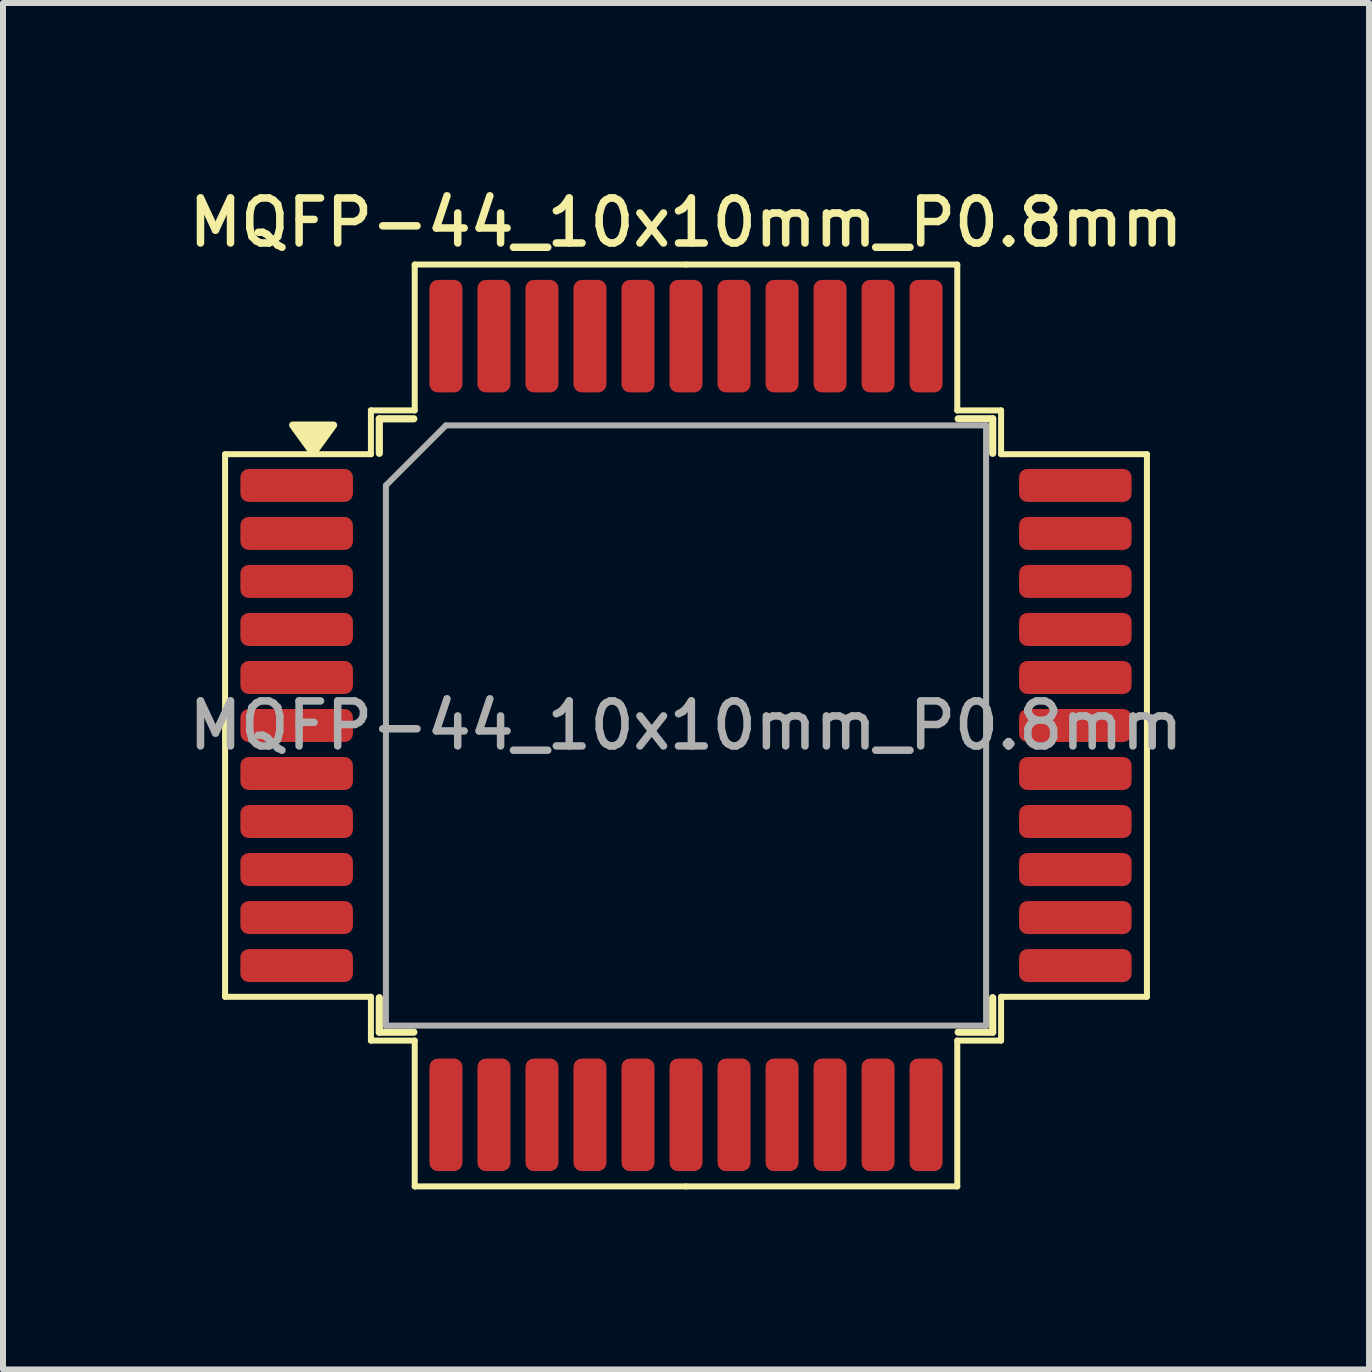
<source format=kicad_pcb>
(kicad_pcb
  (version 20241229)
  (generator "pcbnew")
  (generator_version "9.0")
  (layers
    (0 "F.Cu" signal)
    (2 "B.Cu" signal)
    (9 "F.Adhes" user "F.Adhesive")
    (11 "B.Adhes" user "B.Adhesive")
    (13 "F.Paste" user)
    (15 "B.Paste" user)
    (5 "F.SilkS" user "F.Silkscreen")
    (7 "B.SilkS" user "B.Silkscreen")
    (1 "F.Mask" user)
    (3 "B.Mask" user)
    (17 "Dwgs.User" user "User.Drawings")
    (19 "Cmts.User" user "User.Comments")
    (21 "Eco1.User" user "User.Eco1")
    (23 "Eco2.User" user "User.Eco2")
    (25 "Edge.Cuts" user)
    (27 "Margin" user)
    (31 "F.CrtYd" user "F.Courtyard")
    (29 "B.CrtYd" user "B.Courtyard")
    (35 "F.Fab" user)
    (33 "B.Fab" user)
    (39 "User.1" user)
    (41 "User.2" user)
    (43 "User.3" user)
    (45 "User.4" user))
  (footprint "MQFP-44_10x10mm_P0.8mm"
    (layer "F.Cu")
    (at 8.38 9.038)
    (property "Reference" "MQFP-44_10x10mm_P0.8mm" (at 0 -8.38 0) (layer "F.SilkS") (effects (font (size 0.75 0.75) (thickness 0.125))))
    (attr smd)
    (fp_line (start -7.68 -4.52) (end -7.68 0) (stroke (width 0.1) (type solid)) (layer "F.SilkS"))
    (fp_line (start -7.68 4.52) (end -7.68 0) (stroke (width 0.1) (type solid)) (layer "F.SilkS"))
    (fp_line (start -5.25 -5.25) (end -5.25 -4.52) (stroke (width 0.1) (type solid)) (layer "F.SilkS"))
    (fp_line (start -5.25 -4.52) (end -7.68 -4.52) (stroke (width 0.1) (type solid)) (layer "F.SilkS"))
    (fp_line (start -5.25 4.52) (end -7.68 4.52) (stroke (width 0.1) (type solid)) (layer "F.SilkS"))
    (fp_line (start -5.25 5.25) (end -5.25 4.52) (stroke (width 0.1) (type solid)) (layer "F.SilkS"))
    (fp_line (start -5.11 -5.11) (end -5.11 -4.535) (stroke (width 0.12) (type solid)) (layer "F.SilkS"))
    (fp_line (start -5.11 5.11) (end -5.11 4.535) (stroke (width 0.12) (type solid)) (layer "F.SilkS"))
    (fp_line (start -4.535 -5.11) (end -5.11 -5.11) (stroke (width 0.12) (type solid)) (layer "F.SilkS"))
    (fp_line (start -4.535 5.11) (end -5.11 5.11) (stroke (width 0.12) (type solid)) (layer "F.SilkS"))
    (fp_line (start -4.52 -7.68) (end -4.52 -5.25) (stroke (width 0.1) (type solid)) (layer "F.SilkS"))
    (fp_line (start -4.52 -5.25) (end -5.25 -5.25) (stroke (width 0.1) (type solid)) (layer "F.SilkS"))
    (fp_line (start -4.52 5.25) (end -5.25 5.25) (stroke (width 0.1) (type solid)) (layer "F.SilkS"))
    (fp_line (start -4.52 7.68) (end -4.52 5.25) (stroke (width 0.1) (type solid)) (layer "F.SilkS"))
    (fp_line (start 0 -7.68) (end -4.52 -7.68) (stroke (width 0.1) (type solid)) (layer "F.SilkS"))
    (fp_line (start 0 -7.68) (end 4.52 -7.68) (stroke (width 0.1) (type solid)) (layer "F.SilkS"))
    (fp_line (start 0 7.68) (end -4.52 7.68) (stroke (width 0.1) (type solid)) (layer "F.SilkS"))
    (fp_line (start 0 7.68) (end 4.52 7.68) (stroke (width 0.1) (type solid)) (layer "F.SilkS"))
    (fp_line (start 4.52 -7.68) (end 4.52 -5.25) (stroke (width 0.1) (type solid)) (layer "F.SilkS"))
    (fp_line (start 4.52 -5.25) (end 5.25 -5.25) (stroke (width 0.1) (type solid)) (layer "F.SilkS"))
    (fp_line (start 4.52 5.25) (end 5.25 5.25) (stroke (width 0.1) (type solid)) (layer "F.SilkS"))
    (fp_line (start 4.52 7.68) (end 4.52 5.25) (stroke (width 0.1) (type solid)) (layer "F.SilkS"))
    (fp_line (start 4.535 -5.11) (end 5.11 -5.11) (stroke (width 0.12) (type solid)) (layer "F.SilkS"))
    (fp_line (start 4.535 5.11) (end 5.11 5.11) (stroke (width 0.12) (type solid)) (layer "F.SilkS"))
    (fp_line (start 5.11 -5.11) (end 5.11 -4.535) (stroke (width 0.12) (type solid)) (layer "F.SilkS"))
    (fp_line (start 5.11 5.11) (end 5.11 4.535) (stroke (width 0.12) (type solid)) (layer "F.SilkS"))
    (fp_line (start 5.25 -5.25) (end 5.25 -4.52) (stroke (width 0.1) (type solid)) (layer "F.SilkS"))
    (fp_line (start 5.25 -4.52) (end 7.68 -4.52) (stroke (width 0.1) (type solid)) (layer "F.SilkS"))
    (fp_line (start 5.25 4.52) (end 7.68 4.52) (stroke (width 0.1) (type solid)) (layer "F.SilkS"))
    (fp_line (start 5.25 5.25) (end 5.25 4.52) (stroke (width 0.1) (type solid)) (layer "F.SilkS"))
    (fp_line (start 7.68 -4.52) (end 7.68 0) (stroke (width 0.1) (type solid)) (layer "F.SilkS"))
    (fp_line (start 7.68 4.52) (end 7.68 0) (stroke (width 0.1) (type solid)) (layer "F.SilkS"))
    (fp_poly (pts (xy -6.213 -4.535) (xy -6.553 -5.005) (xy -5.872 -5.005) (xy -6.213 -4.535)) (stroke (width 0.12) (type solid)) (fill yes) (layer "F.SilkS"))
    (fp_line (start -5 -4) (end -4 -5) (stroke (width 0.1) (type solid)) (layer "F.Fab"))
    (fp_line (start -5 5) (end -5 -4) (stroke (width 0.1) (type solid)) (layer "F.Fab"))
    (fp_line (start -4 -5) (end 5 -5) (stroke (width 0.1) (type solid)) (layer "F.Fab"))
    (fp_line (start 5 -5) (end 5 5) (stroke (width 0.1) (type solid)) (layer "F.Fab"))
    (fp_line (start 5 5) (end -5 5) (stroke (width 0.1) (type solid)) (layer "F.Fab"))
    (fp_text user "${REFERENCE}" (at 0 0 0) (layer "F.Fab") (effects (font (size 0.75 0.75) (thickness 0.125))))
    (pad "1" smd roundrect (at -6.487 -4) (size 1.875 0.55) (layers "F.Cu" "F.Mask" "F.Paste") (roundrect_rratio 0.25))
    (pad "2" smd roundrect (at -6.487 -3.2) (size 1.875 0.55) (layers "F.Cu" "F.Mask" "F.Paste") (roundrect_rratio 0.25))
    (pad "3" smd roundrect (at -6.487 -2.4) (size 1.875 0.55) (layers "F.Cu" "F.Mask" "F.Paste") (roundrect_rratio 0.25))
    (pad "4" smd roundrect (at -6.487 -1.6) (size 1.875 0.55) (layers "F.Cu" "F.Mask" "F.Paste") (roundrect_rratio 0.25))
    (pad "5" smd roundrect (at -6.487 -0.8) (size 1.875 0.55) (layers "F.Cu" "F.Mask" "F.Paste") (roundrect_rratio 0.25))
    (pad "6" smd roundrect (at -6.487 0) (size 1.875 0.55) (layers "F.Cu" "F.Mask" "F.Paste") (roundrect_rratio 0.25))
    (pad "7" smd roundrect (at -6.487 0.8) (size 1.875 0.55) (layers "F.Cu" "F.Mask" "F.Paste") (roundrect_rratio 0.25))
    (pad "8" smd roundrect (at -6.487 1.6) (size 1.875 0.55) (layers "F.Cu" "F.Mask" "F.Paste") (roundrect_rratio 0.25))
    (pad "9" smd roundrect (at -6.487 2.4) (size 1.875 0.55) (layers "F.Cu" "F.Mask" "F.Paste") (roundrect_rratio 0.25))
    (pad "10" smd roundrect (at -6.487 3.2) (size 1.875 0.55) (layers "F.Cu" "F.Mask" "F.Paste") (roundrect_rratio 0.25))
    (pad "11" smd roundrect (at -6.487 4) (size 1.875 0.55) (layers "F.Cu" "F.Mask" "F.Paste") (roundrect_rratio 0.25))
    (pad "12" smd roundrect (at -4 6.487) (size 0.55 1.875) (layers "F.Cu" "F.Mask" "F.Paste") (roundrect_rratio 0.25))
    (pad "13" smd roundrect (at -3.2 6.487) (size 0.55 1.875) (layers "F.Cu" "F.Mask" "F.Paste") (roundrect_rratio 0.25))
    (pad "14" smd roundrect (at -2.4 6.487) (size 0.55 1.875) (layers "F.Cu" "F.Mask" "F.Paste") (roundrect_rratio 0.25))
    (pad "15" smd roundrect (at -1.6 6.487) (size 0.55 1.875) (layers "F.Cu" "F.Mask" "F.Paste") (roundrect_rratio 0.25))
    (pad "16" smd roundrect (at -0.8 6.487) (size 0.55 1.875) (layers "F.Cu" "F.Mask" "F.Paste") (roundrect_rratio 0.25))
    (pad "17" smd roundrect (at 0 6.487) (size 0.55 1.875) (layers "F.Cu" "F.Mask" "F.Paste") (roundrect_rratio 0.25))
    (pad "18" smd roundrect (at 0.8 6.487) (size 0.55 1.875) (layers "F.Cu" "F.Mask" "F.Paste") (roundrect_rratio 0.25))
    (pad "19" smd roundrect (at 1.6 6.487) (size 0.55 1.875) (layers "F.Cu" "F.Mask" "F.Paste") (roundrect_rratio 0.25))
    (pad "20" smd roundrect (at 2.4 6.487) (size 0.55 1.875) (layers "F.Cu" "F.Mask" "F.Paste") (roundrect_rratio 0.25))
    (pad "21" smd roundrect (at 3.2 6.487) (size 0.55 1.875) (layers "F.Cu" "F.Mask" "F.Paste") (roundrect_rratio 0.25))
    (pad "22" smd roundrect (at 4 6.487) (size 0.55 1.875) (layers "F.Cu" "F.Mask" "F.Paste") (roundrect_rratio 0.25))
    (pad "23" smd roundrect (at 6.487 4) (size 1.875 0.55) (layers "F.Cu" "F.Mask" "F.Paste") (roundrect_rratio 0.25))
    (pad "24" smd roundrect (at 6.487 3.2) (size 1.875 0.55) (layers "F.Cu" "F.Mask" "F.Paste") (roundrect_rratio 0.25))
    (pad "25" smd roundrect (at 6.487 2.4) (size 1.875 0.55) (layers "F.Cu" "F.Mask" "F.Paste") (roundrect_rratio 0.25))
    (pad "26" smd roundrect (at 6.487 1.6) (size 1.875 0.55) (layers "F.Cu" "F.Mask" "F.Paste") (roundrect_rratio 0.25))
    (pad "27" smd roundrect (at 6.487 0.8) (size 1.875 0.55) (layers "F.Cu" "F.Mask" "F.Paste") (roundrect_rratio 0.25))
    (pad "28" smd roundrect (at 6.487 0) (size 1.875 0.55) (layers "F.Cu" "F.Mask" "F.Paste") (roundrect_rratio 0.25))
    (pad "29" smd roundrect (at 6.487 -0.8) (size 1.875 0.55) (layers "F.Cu" "F.Mask" "F.Paste") (roundrect_rratio 0.25))
    (pad "30" smd roundrect (at 6.487 -1.6) (size 1.875 0.55) (layers "F.Cu" "F.Mask" "F.Paste") (roundrect_rratio 0.25))
    (pad "31" smd roundrect (at 6.487 -2.4) (size 1.875 0.55) (layers "F.Cu" "F.Mask" "F.Paste") (roundrect_rratio 0.25))
    (pad "32" smd roundrect (at 6.487 -3.2) (size 1.875 0.55) (layers "F.Cu" "F.Mask" "F.Paste") (roundrect_rratio 0.25))
    (pad "33" smd roundrect (at 6.487 -4) (size 1.875 0.55) (layers "F.Cu" "F.Mask" "F.Paste") (roundrect_rratio 0.25))
    (pad "34" smd roundrect (at 4 -6.487) (size 0.55 1.875) (layers "F.Cu" "F.Mask" "F.Paste") (roundrect_rratio 0.25))
    (pad "35" smd roundrect (at 3.2 -6.487) (size 0.55 1.875) (layers "F.Cu" "F.Mask" "F.Paste") (roundrect_rratio 0.25))
    (pad "36" smd roundrect (at 2.4 -6.487) (size 0.55 1.875) (layers "F.Cu" "F.Mask" "F.Paste") (roundrect_rratio 0.25))
    (pad "37" smd roundrect (at 1.6 -6.487) (size 0.55 1.875) (layers "F.Cu" "F.Mask" "F.Paste") (roundrect_rratio 0.25))
    (pad "38" smd roundrect (at 0.8 -6.487) (size 0.55 1.875) (layers "F.Cu" "F.Mask" "F.Paste") (roundrect_rratio 0.25))
    (pad "39" smd roundrect (at 0 -6.487) (size 0.55 1.875) (layers "F.Cu" "F.Mask" "F.Paste") (roundrect_rratio 0.25))
    (pad "40" smd roundrect (at -0.8 -6.487) (size 0.55 1.875) (layers "F.Cu" "F.Mask" "F.Paste") (roundrect_rratio 0.25))
    (pad "41" smd roundrect (at -1.6 -6.487) (size 0.55 1.875) (layers "F.Cu" "F.Mask" "F.Paste") (roundrect_rratio 0.25))
    (pad "42" smd roundrect (at -2.4 -6.487) (size 0.55 1.875) (layers "F.Cu" "F.Mask" "F.Paste") (roundrect_rratio 0.25))
    (pad "43" smd roundrect (at -3.2 -6.487) (size 0.55 1.875) (layers "F.Cu" "F.Mask" "F.Paste") (roundrect_rratio 0.25))
    (pad "44" smd roundrect (at -4 -6.487) (size 0.55 1.875) (layers "F.Cu" "F.Mask" "F.Paste") (roundrect_rratio 0.25)))
  (gr_rect
    (start -3 -3)
    (end 19.761 19.768)
    (stroke (width 0.1) (type default))
    (fill no)
    (layer "Edge.Cuts")))
</source>
